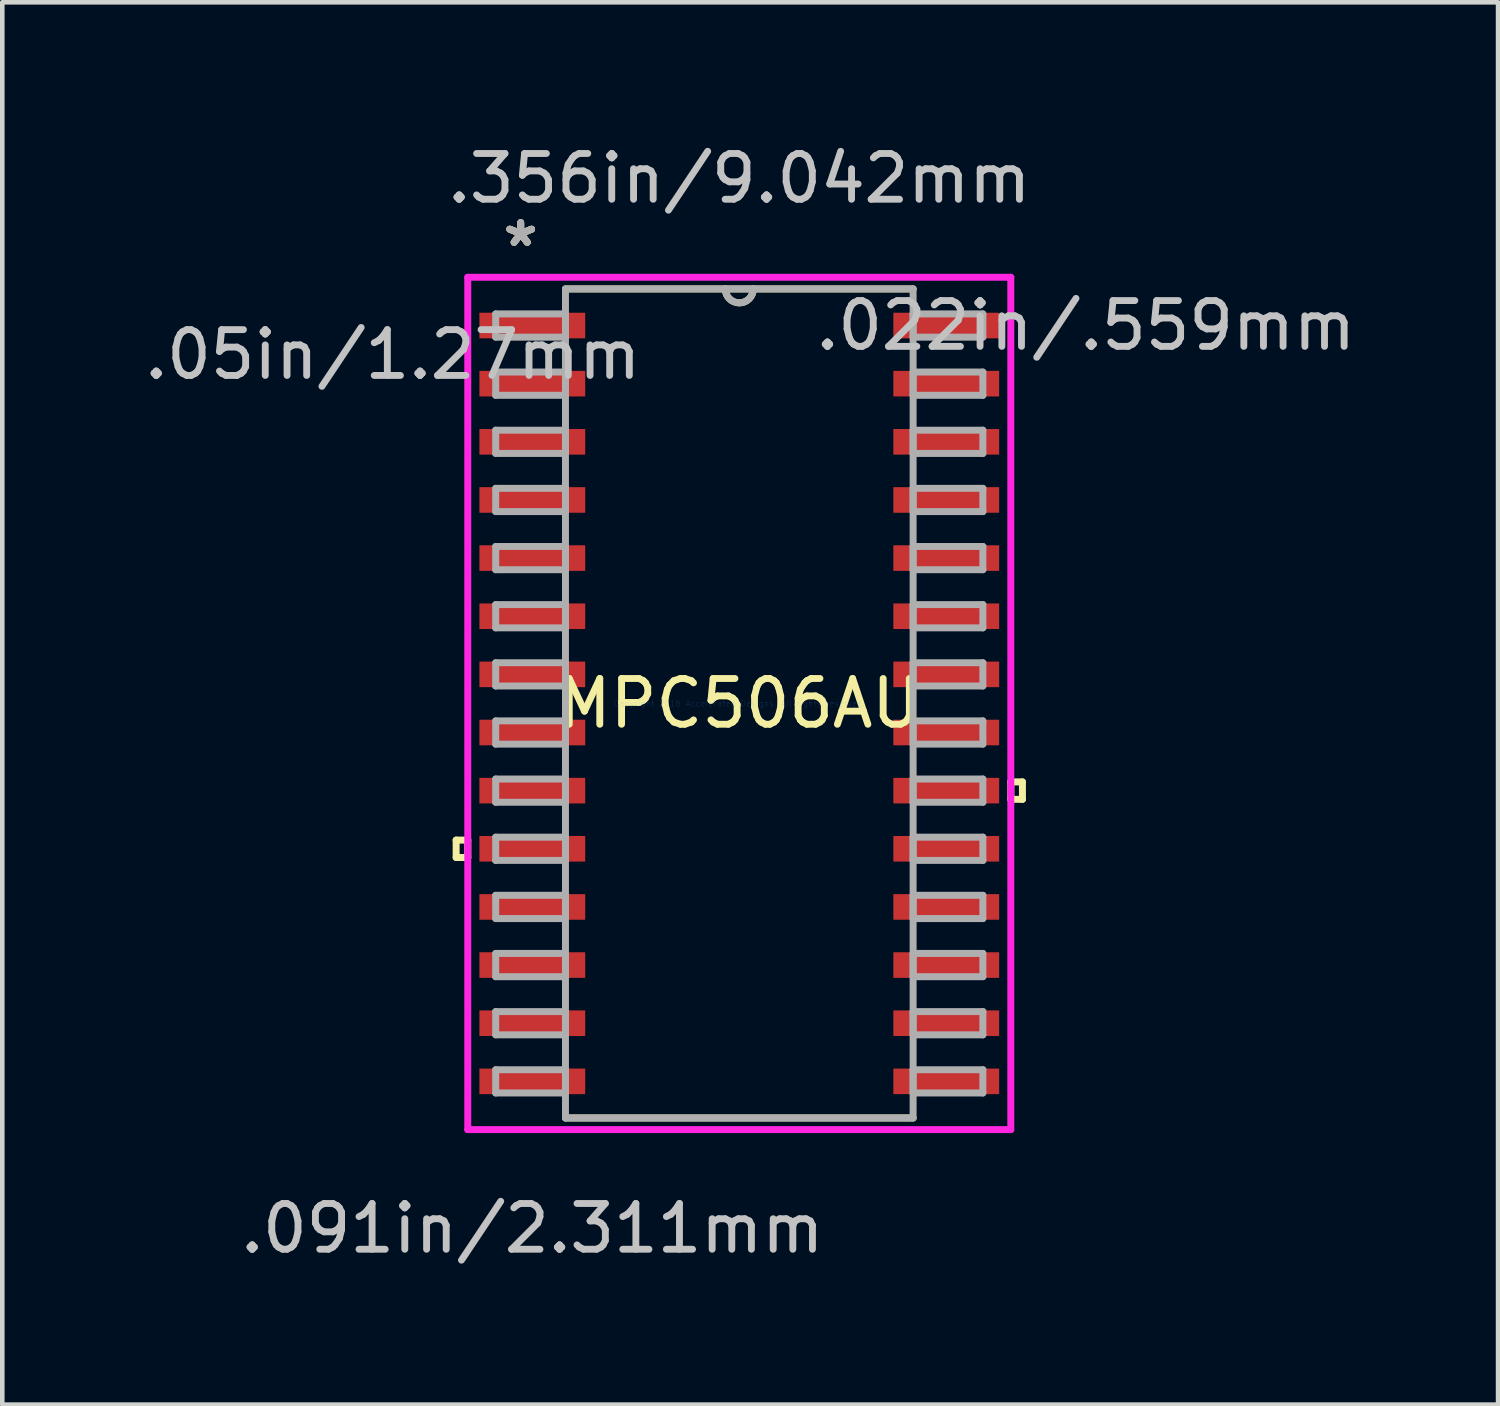
<source format=kicad_pcb>
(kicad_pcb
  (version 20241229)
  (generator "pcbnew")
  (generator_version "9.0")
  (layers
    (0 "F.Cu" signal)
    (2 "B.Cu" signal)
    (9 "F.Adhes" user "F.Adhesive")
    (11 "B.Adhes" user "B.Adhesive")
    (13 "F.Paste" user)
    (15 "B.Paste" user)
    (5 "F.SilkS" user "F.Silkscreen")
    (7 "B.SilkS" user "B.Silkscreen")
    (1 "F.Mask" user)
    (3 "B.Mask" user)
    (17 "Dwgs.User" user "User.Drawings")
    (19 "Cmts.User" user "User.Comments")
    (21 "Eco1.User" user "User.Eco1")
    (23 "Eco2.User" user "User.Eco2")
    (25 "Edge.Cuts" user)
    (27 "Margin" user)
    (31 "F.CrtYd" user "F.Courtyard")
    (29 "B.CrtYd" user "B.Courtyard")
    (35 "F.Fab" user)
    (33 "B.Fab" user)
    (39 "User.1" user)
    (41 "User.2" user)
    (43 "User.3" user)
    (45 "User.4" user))
  (footprint "MPC506AU"
    (layer "F.Cu")
    (at 13.099 12.316)
    (property "Reference" "MPC506AU" (at 0 0 0) (layer "F.SilkS") (effects (font (size 1 1) (thickness 0.15))))
    (attr through_hole)
    (fp_line (start -6.185 2.985) (end -6.185 3.365) (stroke (width 0.152) (type solid)) (layer "F.SilkS"))
    (fp_line (start -6.185 3.365) (end -5.931 3.365) (stroke (width 0.152) (type solid)) (layer "F.SilkS"))
    (fp_line (start -5.931 2.985) (end -6.185 2.985) (stroke (width 0.152) (type solid)) (layer "F.SilkS"))
    (fp_line (start -5.931 3.365) (end -5.931 2.985) (stroke (width 0.152) (type solid)) (layer "F.SilkS"))
    (fp_line (start -3.797 9.055) (end 3.797 9.055) (stroke (width 0.152) (type solid)) (layer "F.SilkS"))
    (fp_line (start 3.797 -9.055) (end -3.797 -9.055) (stroke (width 0.152) (type solid)) (layer "F.SilkS"))
    (fp_line (start 5.931 1.714) (end 6.185 1.714) (stroke (width 0.152) (type solid)) (layer "F.SilkS"))
    (fp_line (start 5.931 2.095) (end 5.931 1.714) (stroke (width 0.152) (type solid)) (layer "F.SilkS"))
    (fp_line (start 6.185 1.714) (end 6.185 2.095) (stroke (width 0.152) (type solid)) (layer "F.SilkS"))
    (fp_line (start 6.185 2.095) (end 5.931 2.095) (stroke (width 0.152) (type solid)) (layer "F.SilkS"))
    (fp_arc (start 0.3048 -9.0551) (mid 0 -8.7503) (end -0.3048 -9.0551) (stroke (width 0.1524) (type solid)) (layer "F.SilkS"))
    (fp_line (start -5.931 -9.309) (end 5.931 -9.309) (stroke (width 0.152) (type solid)) (layer "F.CrtYd"))
    (fp_line (start -5.931 9.309) (end -5.931 -9.309) (stroke (width 0.152) (type solid)) (layer "F.CrtYd"))
    (fp_line (start 5.931 -9.309) (end 5.931 9.309) (stroke (width 0.152) (type solid)) (layer "F.CrtYd"))
    (fp_line (start 5.931 9.309) (end -5.931 9.309) (stroke (width 0.152) (type solid)) (layer "F.CrtYd"))
    (fp_line (start -5.321 -8.509) (end -5.321 -8.001) (stroke (width 0.152) (type solid)) (layer "F.Fab"))
    (fp_line (start -5.321 -8.001) (end -3.797 -8.001) (stroke (width 0.152) (type solid)) (layer "F.Fab"))
    (fp_line (start -5.321 -7.239) (end -5.321 -6.731) (stroke (width 0.152) (type solid)) (layer "F.Fab"))
    (fp_line (start -5.321 -6.731) (end -3.797 -6.731) (stroke (width 0.152) (type solid)) (layer "F.Fab"))
    (fp_line (start -5.321 -5.969) (end -5.321 -5.461) (stroke (width 0.152) (type solid)) (layer "F.Fab"))
    (fp_line (start -5.321 -5.461) (end -3.797 -5.461) (stroke (width 0.152) (type solid)) (layer "F.Fab"))
    (fp_line (start -5.321 -4.699) (end -5.321 -4.191) (stroke (width 0.152) (type solid)) (layer "F.Fab"))
    (fp_line (start -5.321 -4.191) (end -3.797 -4.191) (stroke (width 0.152) (type solid)) (layer "F.Fab"))
    (fp_line (start -5.321 -3.429) (end -5.321 -2.921) (stroke (width 0.152) (type solid)) (layer "F.Fab"))
    (fp_line (start -5.321 -2.921) (end -3.797 -2.921) (stroke (width 0.152) (type solid)) (layer "F.Fab"))
    (fp_line (start -5.321 -2.159) (end -5.321 -1.651) (stroke (width 0.152) (type solid)) (layer "F.Fab"))
    (fp_line (start -5.321 -1.651) (end -3.797 -1.651) (stroke (width 0.152) (type solid)) (layer "F.Fab"))
    (fp_line (start -5.321 -0.889) (end -5.321 -0.381) (stroke (width 0.152) (type solid)) (layer "F.Fab"))
    (fp_line (start -5.321 -0.381) (end -3.797 -0.381) (stroke (width 0.152) (type solid)) (layer "F.Fab"))
    (fp_line (start -5.321 0.381) (end -5.321 0.889) (stroke (width 0.152) (type solid)) (layer "F.Fab"))
    (fp_line (start -5.321 0.889) (end -3.797 0.889) (stroke (width 0.152) (type solid)) (layer "F.Fab"))
    (fp_line (start -5.321 1.651) (end -5.321 2.159) (stroke (width 0.152) (type solid)) (layer "F.Fab"))
    (fp_line (start -5.321 2.159) (end -3.797 2.159) (stroke (width 0.152) (type solid)) (layer "F.Fab"))
    (fp_line (start -5.321 2.921) (end -5.321 3.429) (stroke (width 0.152) (type solid)) (layer "F.Fab"))
    (fp_line (start -5.321 3.429) (end -3.797 3.429) (stroke (width 0.152) (type solid)) (layer "F.Fab"))
    (fp_line (start -5.321 4.191) (end -5.321 4.699) (stroke (width 0.152) (type solid)) (layer "F.Fab"))
    (fp_line (start -5.321 4.699) (end -3.797 4.699) (stroke (width 0.152) (type solid)) (layer "F.Fab"))
    (fp_line (start -5.321 5.461) (end -5.321 5.969) (stroke (width 0.152) (type solid)) (layer "F.Fab"))
    (fp_line (start -5.321 5.969) (end -3.797 5.969) (stroke (width 0.152) (type solid)) (layer "F.Fab"))
    (fp_line (start -5.321 6.731) (end -5.321 7.239) (stroke (width 0.152) (type solid)) (layer "F.Fab"))
    (fp_line (start -5.321 7.239) (end -3.797 7.239) (stroke (width 0.152) (type solid)) (layer "F.Fab"))
    (fp_line (start -5.321 8.001) (end -5.321 8.509) (stroke (width 0.152) (type solid)) (layer "F.Fab"))
    (fp_line (start -5.321 8.509) (end -3.797 8.509) (stroke (width 0.152) (type solid)) (layer "F.Fab"))
    (fp_line (start -3.797 -9.055) (end -3.797 9.055) (stroke (width 0.152) (type solid)) (layer "F.Fab"))
    (fp_line (start -3.797 -8.509) (end -5.321 -8.509) (stroke (width 0.152) (type solid)) (layer "F.Fab"))
    (fp_line (start -3.797 -8.001) (end -3.797 -8.509) (stroke (width 0.152) (type solid)) (layer "F.Fab"))
    (fp_line (start -3.797 -7.239) (end -5.321 -7.239) (stroke (width 0.152) (type solid)) (layer "F.Fab"))
    (fp_line (start -3.797 -6.731) (end -3.797 -7.239) (stroke (width 0.152) (type solid)) (layer "F.Fab"))
    (fp_line (start -3.797 -5.969) (end -5.321 -5.969) (stroke (width 0.152) (type solid)) (layer "F.Fab"))
    (fp_line (start -3.797 -5.461) (end -3.797 -5.969) (stroke (width 0.152) (type solid)) (layer "F.Fab"))
    (fp_line (start -3.797 -4.699) (end -5.321 -4.699) (stroke (width 0.152) (type solid)) (layer "F.Fab"))
    (fp_line (start -3.797 -4.191) (end -3.797 -4.699) (stroke (width 0.152) (type solid)) (layer "F.Fab"))
    (fp_line (start -3.797 -3.429) (end -5.321 -3.429) (stroke (width 0.152) (type solid)) (layer "F.Fab"))
    (fp_line (start -3.797 -2.921) (end -3.797 -3.429) (stroke (width 0.152) (type solid)) (layer "F.Fab"))
    (fp_line (start -3.797 -2.159) (end -5.321 -2.159) (stroke (width 0.152) (type solid)) (layer "F.Fab"))
    (fp_line (start -3.797 -1.651) (end -3.797 -2.159) (stroke (width 0.152) (type solid)) (layer "F.Fab"))
    (fp_line (start -3.797 -0.889) (end -5.321 -0.889) (stroke (width 0.152) (type solid)) (layer "F.Fab"))
    (fp_line (start -3.797 -0.381) (end -3.797 -0.889) (stroke (width 0.152) (type solid)) (layer "F.Fab"))
    (fp_line (start -3.797 0.381) (end -5.321 0.381) (stroke (width 0.152) (type solid)) (layer "F.Fab"))
    (fp_line (start -3.797 0.889) (end -3.797 0.381) (stroke (width 0.152) (type solid)) (layer "F.Fab"))
    (fp_line (start -3.797 1.651) (end -5.321 1.651) (stroke (width 0.152) (type solid)) (layer "F.Fab"))
    (fp_line (start -3.797 2.159) (end -3.797 1.651) (stroke (width 0.152) (type solid)) (layer "F.Fab"))
    (fp_line (start -3.797 2.921) (end -5.321 2.921) (stroke (width 0.152) (type solid)) (layer "F.Fab"))
    (fp_line (start -3.797 3.429) (end -3.797 2.921) (stroke (width 0.152) (type solid)) (layer "F.Fab"))
    (fp_line (start -3.797 4.191) (end -5.321 4.191) (stroke (width 0.152) (type solid)) (layer "F.Fab"))
    (fp_line (start -3.797 4.699) (end -3.797 4.191) (stroke (width 0.152) (type solid)) (layer "F.Fab"))
    (fp_line (start -3.797 5.461) (end -5.321 5.461) (stroke (width 0.152) (type solid)) (layer "F.Fab"))
    (fp_line (start -3.797 5.969) (end -3.797 5.461) (stroke (width 0.152) (type solid)) (layer "F.Fab"))
    (fp_line (start -3.797 6.731) (end -5.321 6.731) (stroke (width 0.152) (type solid)) (layer "F.Fab"))
    (fp_line (start -3.797 7.239) (end -3.797 6.731) (stroke (width 0.152) (type solid)) (layer "F.Fab"))
    (fp_line (start -3.797 8.001) (end -5.321 8.001) (stroke (width 0.152) (type solid)) (layer "F.Fab"))
    (fp_line (start -3.797 8.509) (end -3.797 8.001) (stroke (width 0.152) (type solid)) (layer "F.Fab"))
    (fp_line (start -3.797 9.055) (end 3.797 9.055) (stroke (width 0.152) (type solid)) (layer "F.Fab"))
    (fp_line (start 3.797 -9.055) (end -3.797 -9.055) (stroke (width 0.152) (type solid)) (layer "F.Fab"))
    (fp_line (start 3.797 -8.509) (end 3.797 -8.001) (stroke (width 0.152) (type solid)) (layer "F.Fab"))
    (fp_line (start 3.797 -8.001) (end 5.321 -8.001) (stroke (width 0.152) (type solid)) (layer "F.Fab"))
    (fp_line (start 3.797 -7.239) (end 3.797 -6.731) (stroke (width 0.152) (type solid)) (layer "F.Fab"))
    (fp_line (start 3.797 -6.731) (end 5.321 -6.731) (stroke (width 0.152) (type solid)) (layer "F.Fab"))
    (fp_line (start 3.797 -5.969) (end 3.797 -5.461) (stroke (width 0.152) (type solid)) (layer "F.Fab"))
    (fp_line (start 3.797 -5.461) (end 5.321 -5.461) (stroke (width 0.152) (type solid)) (layer "F.Fab"))
    (fp_line (start 3.797 -4.699) (end 3.797 -4.191) (stroke (width 0.152) (type solid)) (layer "F.Fab"))
    (fp_line (start 3.797 -4.191) (end 5.321 -4.191) (stroke (width 0.152) (type solid)) (layer "F.Fab"))
    (fp_line (start 3.797 -3.429) (end 3.797 -2.921) (stroke (width 0.152) (type solid)) (layer "F.Fab"))
    (fp_line (start 3.797 -2.921) (end 5.321 -2.921) (stroke (width 0.152) (type solid)) (layer "F.Fab"))
    (fp_line (start 3.797 -2.159) (end 3.797 -1.651) (stroke (width 0.152) (type solid)) (layer "F.Fab"))
    (fp_line (start 3.797 -1.651) (end 5.321 -1.651) (stroke (width 0.152) (type solid)) (layer "F.Fab"))
    (fp_line (start 3.797 -0.889) (end 3.797 -0.381) (stroke (width 0.152) (type solid)) (layer "F.Fab"))
    (fp_line (start 3.797 -0.381) (end 5.321 -0.381) (stroke (width 0.152) (type solid)) (layer "F.Fab"))
    (fp_line (start 3.797 0.381) (end 3.797 0.889) (stroke (width 0.152) (type solid)) (layer "F.Fab"))
    (fp_line (start 3.797 0.889) (end 5.321 0.889) (stroke (width 0.152) (type solid)) (layer "F.Fab"))
    (fp_line (start 3.797 1.651) (end 3.797 2.159) (stroke (width 0.152) (type solid)) (layer "F.Fab"))
    (fp_line (start 3.797 2.159) (end 5.321 2.159) (stroke (width 0.152) (type solid)) (layer "F.Fab"))
    (fp_line (start 3.797 2.921) (end 3.797 3.429) (stroke (width 0.152) (type solid)) (layer "F.Fab"))
    (fp_line (start 3.797 3.429) (end 5.321 3.429) (stroke (width 0.152) (type solid)) (layer "F.Fab"))
    (fp_line (start 3.797 4.191) (end 3.797 4.699) (stroke (width 0.152) (type solid)) (layer "F.Fab"))
    (fp_line (start 3.797 4.699) (end 5.321 4.699) (stroke (width 0.152) (type solid)) (layer "F.Fab"))
    (fp_line (start 3.797 5.461) (end 3.797 5.969) (stroke (width 0.152) (type solid)) (layer "F.Fab"))
    (fp_line (start 3.797 5.969) (end 5.321 5.969) (stroke (width 0.152) (type solid)) (layer "F.Fab"))
    (fp_line (start 3.797 6.731) (end 3.797 7.239) (stroke (width 0.152) (type solid)) (layer "F.Fab"))
    (fp_line (start 3.797 7.239) (end 5.321 7.239) (stroke (width 0.152) (type solid)) (layer "F.Fab"))
    (fp_line (start 3.797 8.001) (end 3.797 8.509) (stroke (width 0.152) (type solid)) (layer "F.Fab"))
    (fp_line (start 3.797 8.509) (end 5.321 8.509) (stroke (width 0.152) (type solid)) (layer "F.Fab"))
    (fp_line (start 3.797 9.055) (end 3.797 -9.055) (stroke (width 0.152) (type solid)) (layer "F.Fab"))
    (fp_line (start 5.321 -8.509) (end 3.797 -8.509) (stroke (width 0.152) (type solid)) (layer "F.Fab"))
    (fp_line (start 5.321 -8.001) (end 5.321 -8.509) (stroke (width 0.152) (type solid)) (layer "F.Fab"))
    (fp_line (start 5.321 -7.239) (end 3.797 -7.239) (stroke (width 0.152) (type solid)) (layer "F.Fab"))
    (fp_line (start 5.321 -6.731) (end 5.321 -7.239) (stroke (width 0.152) (type solid)) (layer "F.Fab"))
    (fp_line (start 5.321 -5.969) (end 3.797 -5.969) (stroke (width 0.152) (type solid)) (layer "F.Fab"))
    (fp_line (start 5.321 -5.461) (end 5.321 -5.969) (stroke (width 0.152) (type solid)) (layer "F.Fab"))
    (fp_line (start 5.321 -4.699) (end 3.797 -4.699) (stroke (width 0.152) (type solid)) (layer "F.Fab"))
    (fp_line (start 5.321 -4.191) (end 5.321 -4.699) (stroke (width 0.152) (type solid)) (layer "F.Fab"))
    (fp_line (start 5.321 -3.429) (end 3.797 -3.429) (stroke (width 0.152) (type solid)) (layer "F.Fab"))
    (fp_line (start 5.321 -2.921) (end 5.321 -3.429) (stroke (width 0.152) (type solid)) (layer "F.Fab"))
    (fp_line (start 5.321 -2.159) (end 3.797 -2.159) (stroke (width 0.152) (type solid)) (layer "F.Fab"))
    (fp_line (start 5.321 -1.651) (end 5.321 -2.159) (stroke (width 0.152) (type solid)) (layer "F.Fab"))
    (fp_line (start 5.321 -0.889) (end 3.797 -0.889) (stroke (width 0.152) (type solid)) (layer "F.Fab"))
    (fp_line (start 5.321 -0.381) (end 5.321 -0.889) (stroke (width 0.152) (type solid)) (layer "F.Fab"))
    (fp_line (start 5.321 0.381) (end 3.797 0.381) (stroke (width 0.152) (type solid)) (layer "F.Fab"))
    (fp_line (start 5.321 0.889) (end 5.321 0.381) (stroke (width 0.152) (type solid)) (layer "F.Fab"))
    (fp_line (start 5.321 1.651) (end 3.797 1.651) (stroke (width 0.152) (type solid)) (layer "F.Fab"))
    (fp_line (start 5.321 2.159) (end 5.321 1.651) (stroke (width 0.152) (type solid)) (layer "F.Fab"))
    (fp_line (start 5.321 2.921) (end 3.797 2.921) (stroke (width 0.152) (type solid)) (layer "F.Fab"))
    (fp_line (start 5.321 3.429) (end 5.321 2.921) (stroke (width 0.152) (type solid)) (layer "F.Fab"))
    (fp_line (start 5.321 4.191) (end 3.797 4.191) (stroke (width 0.152) (type solid)) (layer "F.Fab"))
    (fp_line (start 5.321 4.699) (end 5.321 4.191) (stroke (width 0.152) (type solid)) (layer "F.Fab"))
    (fp_line (start 5.321 5.461) (end 3.797 5.461) (stroke (width 0.152) (type solid)) (layer "F.Fab"))
    (fp_line (start 5.321 5.969) (end 5.321 5.461) (stroke (width 0.152) (type solid)) (layer "F.Fab"))
    (fp_line (start 5.321 6.731) (end 3.797 6.731) (stroke (width 0.152) (type solid)) (layer "F.Fab"))
    (fp_line (start 5.321 7.239) (end 5.321 6.731) (stroke (width 0.152) (type solid)) (layer "F.Fab"))
    (fp_line (start 5.321 8.001) (end 3.797 8.001) (stroke (width 0.152) (type solid)) (layer "F.Fab"))
    (fp_line (start 5.321 8.509) (end 5.321 8.001) (stroke (width 0.152) (type solid)) (layer "F.Fab"))
    (fp_arc (start 0.3048 -9.0551) (mid 0 -8.7503) (end -0.3048 -9.0551) (stroke (width 0.1524) (type solid)) (layer "F.Fab"))
    (fp_text user "*" (at -4.775 -9.957 0) (layer "F.SilkS") (effects (font (size 1 1) (thickness 0.15))))
    (fp_text user "*" (at -4.775 -9.957 0) (layer "F.SilkS") (effects (font (size 1 1) (thickness 0.15))))
    (fp_text user ".356in/9.042mm" (at 0 -11.468 0) (layer "Dwgs.User") (effects (font (size 1 1) (thickness 0.15))))
    (fp_text user ".022in/.559mm" (at 7.569 -8.255 0) (layer "Dwgs.User") (effects (font (size 1 1) (thickness 0.15))))
    (fp_text user ".091in/2.311mm" (at -4.521 11.468 0) (layer "Dwgs.User") (effects (font (size 1 1) (thickness 0.15))))
    (fp_text user ".05in/1.27mm" (at -7.569 -7.62 0) (layer "Dwgs.User") (effects (font (size 1 1) (thickness 0.15))))
    (fp_text user "Copyright 2016 Accelerated Designs. All rights reserved." (at 0 0 0) (layer "Cmts.User") (effects (font (size 0.127 0.127) (thickness 0.002))))
    (fp_text user "*" (at -4.775 -9.957 0) (layer "F.Fab") (effects (font (size 1 1) (thickness 0.15))))
    (fp_text user "*" (at -4.775 -9.957 0) (layer "F.Fab") (effects (font (size 1 1) (thickness 0.15))))
    (pad "1" smd rect (at -4.521 -8.255) (size 2.311 0.559) (layers "F.Cu" "F.Mask" "F.Paste"))
    (pad "2" smd rect (at -4.521 -6.985) (size 2.311 0.559) (layers "F.Cu" "F.Mask" "F.Paste"))
    (pad "3" smd rect (at -4.521 -5.715) (size 2.311 0.559) (layers "F.Cu" "F.Mask" "F.Paste"))
    (pad "4" smd rect (at -4.521 -4.445) (size 2.311 0.559) (layers "F.Cu" "F.Mask" "F.Paste"))
    (pad "5" smd rect (at -4.521 -3.175) (size 2.311 0.559) (layers "F.Cu" "F.Mask" "F.Paste"))
    (pad "6" smd rect (at -4.521 -1.905) (size 2.311 0.559) (layers "F.Cu" "F.Mask" "F.Paste"))
    (pad "7" smd rect (at -4.521 -0.635) (size 2.311 0.559) (layers "F.Cu" "F.Mask" "F.Paste"))
    (pad "8" smd rect (at -4.521 0.635) (size 2.311 0.559) (layers "F.Cu" "F.Mask" "F.Paste"))
    (pad "9" smd rect (at -4.521 1.905) (size 2.311 0.559) (layers "F.Cu" "F.Mask" "F.Paste"))
    (pad "10" smd rect (at -4.521 3.175) (size 2.311 0.559) (layers "F.Cu" "F.Mask" "F.Paste"))
    (pad "11" smd rect (at -4.521 4.445) (size 2.311 0.559) (layers "F.Cu" "F.Mask" "F.Paste"))
    (pad "12" smd rect (at -4.521 5.715) (size 2.311 0.559) (layers "F.Cu" "F.Mask" "F.Paste"))
    (pad "13" smd rect (at -4.521 6.985) (size 2.311 0.559) (layers "F.Cu" "F.Mask" "F.Paste"))
    (pad "14" smd rect (at -4.521 8.255) (size 2.311 0.559) (layers "F.Cu" "F.Mask" "F.Paste"))
    (pad "15" smd rect (at 4.521 8.255) (size 2.311 0.559) (layers "F.Cu" "F.Mask" "F.Paste"))
    (pad "16" smd rect (at 4.521 6.985) (size 2.311 0.559) (layers "F.Cu" "F.Mask" "F.Paste"))
    (pad "17" smd rect (at 4.521 5.715) (size 2.311 0.559) (layers "F.Cu" "F.Mask" "F.Paste"))
    (pad "18" smd rect (at 4.521 4.445) (size 2.311 0.559) (layers "F.Cu" "F.Mask" "F.Paste"))
    (pad "19" smd rect (at 4.521 3.175) (size 2.311 0.559) (layers "F.Cu" "F.Mask" "F.Paste"))
    (pad "20" smd rect (at 4.521 1.905) (size 2.311 0.559) (layers "F.Cu" "F.Mask" "F.Paste"))
    (pad "21" smd rect (at 4.521 0.635) (size 2.311 0.559) (layers "F.Cu" "F.Mask" "F.Paste"))
    (pad "22" smd rect (at 4.521 -0.635) (size 2.311 0.559) (layers "F.Cu" "F.Mask" "F.Paste"))
    (pad "23" smd rect (at 4.521 -1.905) (size 2.311 0.559) (layers "F.Cu" "F.Mask" "F.Paste"))
    (pad "24" smd rect (at 4.521 -3.175) (size 2.311 0.559) (layers "F.Cu" "F.Mask" "F.Paste"))
    (pad "25" smd rect (at 4.521 -4.445) (size 2.311 0.559) (layers "F.Cu" "F.Mask" "F.Paste"))
    (pad "26" smd rect (at 4.521 -5.715) (size 2.311 0.559) (layers "F.Cu" "F.Mask" "F.Paste"))
    (pad "27" smd rect (at 4.521 -6.985) (size 2.311 0.559) (layers "F.Cu" "F.Mask" "F.Paste"))
    (pad "28" smd rect (at 4.521 -8.255) (size 2.311 0.559) (layers "F.Cu" "F.Mask" "F.Paste")))
  (gr_rect
    (start -3 -3)
    (end 29.674 27.633)
    (stroke (width 0.1) (type default))
    (fill no)
    (layer "Edge.Cuts")))
</source>
